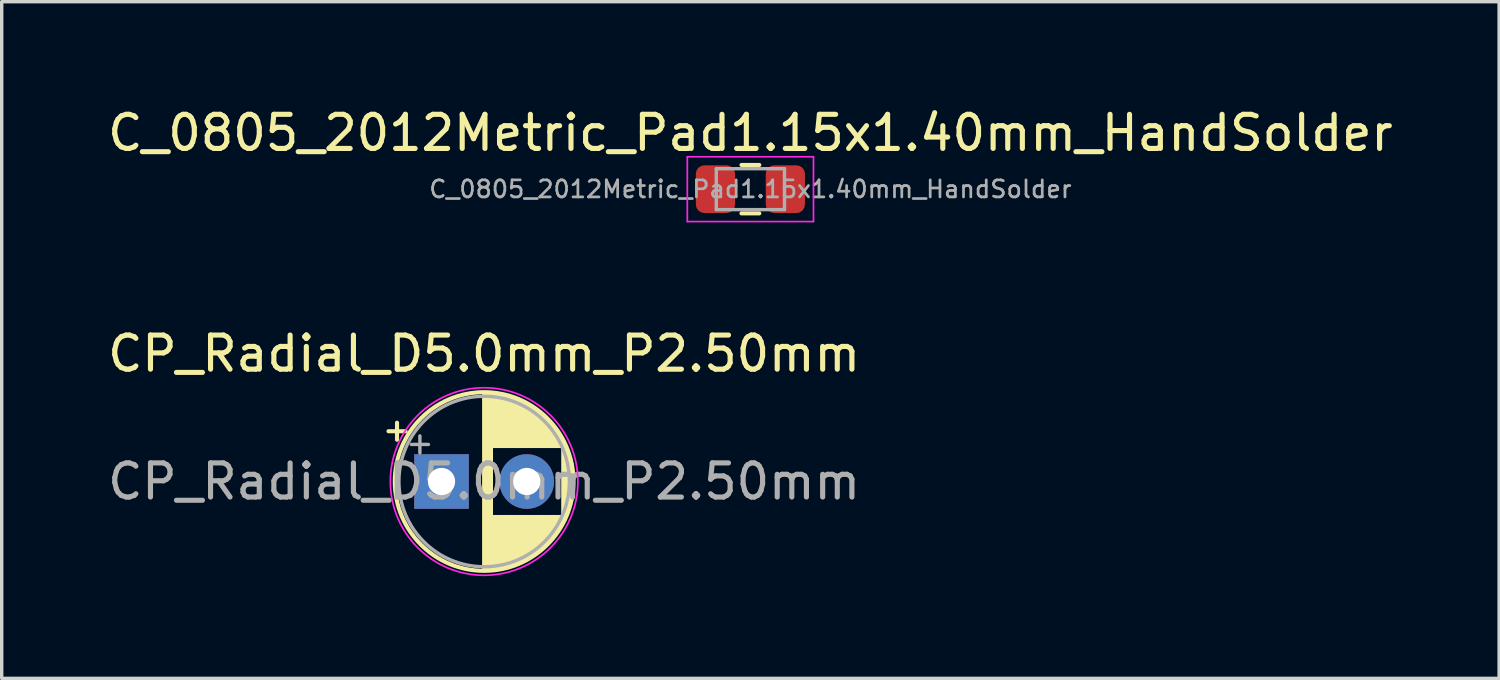
<source format=kicad_pcb>
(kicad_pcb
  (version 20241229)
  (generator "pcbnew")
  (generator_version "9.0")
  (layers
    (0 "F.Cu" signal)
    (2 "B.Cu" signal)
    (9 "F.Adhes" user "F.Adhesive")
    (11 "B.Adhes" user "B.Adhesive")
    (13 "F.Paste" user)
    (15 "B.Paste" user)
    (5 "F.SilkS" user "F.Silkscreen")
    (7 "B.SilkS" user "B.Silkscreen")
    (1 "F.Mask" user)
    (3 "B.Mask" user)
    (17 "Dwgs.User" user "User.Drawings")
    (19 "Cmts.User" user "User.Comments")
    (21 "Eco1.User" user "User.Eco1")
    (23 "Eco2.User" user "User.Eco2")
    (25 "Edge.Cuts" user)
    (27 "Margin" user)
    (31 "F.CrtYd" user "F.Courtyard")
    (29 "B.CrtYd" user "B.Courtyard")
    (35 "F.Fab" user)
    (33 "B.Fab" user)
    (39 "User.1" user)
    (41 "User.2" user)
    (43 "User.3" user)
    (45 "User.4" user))
  (footprint "C_0805_2012Metric_Pad1.15x1.40mm_HandSolder"
    (layer "F.Cu")
    (at 18.958 2.498)
    (property "Reference" "C_0805_2012Metric_Pad1.15x1.40mm_HandSolder" (at 0 -1.65 180) (layer "F.SilkS") (effects (font (size 1 1) (thickness 0.15))))
    (attr smd)
    (fp_line (start -0.261 -0.71) (end 0.261 -0.71) (stroke (width 0.12) (type solid)) (layer "F.SilkS"))
    (fp_line (start -0.261 0.71) (end 0.261 0.71) (stroke (width 0.12) (type solid)) (layer "F.SilkS"))
    (fp_line (start -1.85 -0.95) (end 1.85 -0.95) (stroke (width 0.05) (type solid)) (layer "F.CrtYd"))
    (fp_line (start -1.85 0.95) (end -1.85 -0.95) (stroke (width 0.05) (type solid)) (layer "F.CrtYd"))
    (fp_line (start 1.85 -0.95) (end 1.85 0.95) (stroke (width 0.05) (type solid)) (layer "F.CrtYd"))
    (fp_line (start 1.85 0.95) (end -1.85 0.95) (stroke (width 0.05) (type solid)) (layer "F.CrtYd"))
    (fp_line (start -1 -0.6) (end 1 -0.6) (stroke (width 0.1) (type solid)) (layer "F.Fab"))
    (fp_line (start -1 0.6) (end -1 -0.6) (stroke (width 0.1) (type solid)) (layer "F.Fab"))
    (fp_line (start 1 -0.6) (end 1 0.6) (stroke (width 0.1) (type solid)) (layer "F.Fab"))
    (fp_line (start 1 0.6) (end -1 0.6) (stroke (width 0.1) (type solid)) (layer "F.Fab"))
    (fp_text user "${REFERENCE}" (at 0 0 180) (layer "F.Fab") (effects (font (size 0.5 0.5) (thickness 0.08))))
    (pad "1" smd roundrect (at -1.025 0) (size 1.15 1.4) (layers "F.Cu" "F.Mask" "F.Paste") (roundrect_rratio 0.217))
    (pad "2" smd roundrect (at 1.025 0) (size 1.15 1.4) (layers "F.Cu" "F.Mask" "F.Paste") (roundrect_rratio 0.217)))
  (footprint "CP_Radial_D5.0mm_P2.50mm"
    (layer "F.Cu")
    (at 9.899 11.072)
    (property "Reference" "CP_Radial_D5.0mm_P2.50mm" (at 1.25 -3.75 180) (layer "F.SilkS") (effects (font (size 1 1) (thickness 0.15))))
    (attr through_hole)
    (fp_line (start -1.555 -1.475) (end -1.055 -1.475) (stroke (width 0.12) (type solid)) (layer "F.SilkS"))
    (fp_line (start -1.305 -1.725) (end -1.305 -1.225) (stroke (width 0.12) (type solid)) (layer "F.SilkS"))
    (fp_line (start 1.25 -2.58) (end 1.25 2.58) (stroke (width 0.12) (type solid)) (layer "F.SilkS"))
    (fp_line (start 1.29 -2.58) (end 1.29 2.58) (stroke (width 0.12) (type solid)) (layer "F.SilkS"))
    (fp_line (start 1.33 -2.579) (end 1.33 2.579) (stroke (width 0.12) (type solid)) (layer "F.SilkS"))
    (fp_line (start 1.37 -2.578) (end 1.37 2.578) (stroke (width 0.12) (type solid)) (layer "F.SilkS"))
    (fp_line (start 1.41 -2.576) (end 1.41 2.576) (stroke (width 0.12) (type solid)) (layer "F.SilkS"))
    (fp_line (start 1.45 -2.573) (end 1.45 2.573) (stroke (width 0.12) (type solid)) (layer "F.SilkS"))
    (fp_line (start 1.49 -2.569) (end 1.49 -1.04) (stroke (width 0.12) (type solid)) (layer "F.SilkS"))
    (fp_line (start 1.49 1.04) (end 1.49 2.569) (stroke (width 0.12) (type solid)) (layer "F.SilkS"))
    (fp_line (start 1.53 -2.565) (end 1.53 -1.04) (stroke (width 0.12) (type solid)) (layer "F.SilkS"))
    (fp_line (start 1.53 1.04) (end 1.53 2.565) (stroke (width 0.12) (type solid)) (layer "F.SilkS"))
    (fp_line (start 1.57 -2.561) (end 1.57 -1.04) (stroke (width 0.12) (type solid)) (layer "F.SilkS"))
    (fp_line (start 1.57 1.04) (end 1.57 2.561) (stroke (width 0.12) (type solid)) (layer "F.SilkS"))
    (fp_line (start 1.61 -2.556) (end 1.61 -1.04) (stroke (width 0.12) (type solid)) (layer "F.SilkS"))
    (fp_line (start 1.61 1.04) (end 1.61 2.556) (stroke (width 0.12) (type solid)) (layer "F.SilkS"))
    (fp_line (start 1.65 -2.55) (end 1.65 -1.04) (stroke (width 0.12) (type solid)) (layer "F.SilkS"))
    (fp_line (start 1.65 1.04) (end 1.65 2.55) (stroke (width 0.12) (type solid)) (layer "F.SilkS"))
    (fp_line (start 1.69 -2.543) (end 1.69 -1.04) (stroke (width 0.12) (type solid)) (layer "F.SilkS"))
    (fp_line (start 1.69 1.04) (end 1.69 2.543) (stroke (width 0.12) (type solid)) (layer "F.SilkS"))
    (fp_line (start 1.73 -2.536) (end 1.73 -1.04) (stroke (width 0.12) (type solid)) (layer "F.SilkS"))
    (fp_line (start 1.73 1.04) (end 1.73 2.536) (stroke (width 0.12) (type solid)) (layer "F.SilkS"))
    (fp_line (start 1.77 -2.528) (end 1.77 -1.04) (stroke (width 0.12) (type solid)) (layer "F.SilkS"))
    (fp_line (start 1.77 1.04) (end 1.77 2.528) (stroke (width 0.12) (type solid)) (layer "F.SilkS"))
    (fp_line (start 1.81 -2.52) (end 1.81 -1.04) (stroke (width 0.12) (type solid)) (layer "F.SilkS"))
    (fp_line (start 1.81 1.04) (end 1.81 2.52) (stroke (width 0.12) (type solid)) (layer "F.SilkS"))
    (fp_line (start 1.85 -2.511) (end 1.85 -1.04) (stroke (width 0.12) (type solid)) (layer "F.SilkS"))
    (fp_line (start 1.85 1.04) (end 1.85 2.511) (stroke (width 0.12) (type solid)) (layer "F.SilkS"))
    (fp_line (start 1.89 -2.501) (end 1.89 -1.04) (stroke (width 0.12) (type solid)) (layer "F.SilkS"))
    (fp_line (start 1.89 1.04) (end 1.89 2.501) (stroke (width 0.12) (type solid)) (layer "F.SilkS"))
    (fp_line (start 1.93 -2.491) (end 1.93 -1.04) (stroke (width 0.12) (type solid)) (layer "F.SilkS"))
    (fp_line (start 1.93 1.04) (end 1.93 2.491) (stroke (width 0.12) (type solid)) (layer "F.SilkS"))
    (fp_line (start 1.971 -2.48) (end 1.971 -1.04) (stroke (width 0.12) (type solid)) (layer "F.SilkS"))
    (fp_line (start 1.971 1.04) (end 1.971 2.48) (stroke (width 0.12) (type solid)) (layer "F.SilkS"))
    (fp_line (start 2.011 -2.468) (end 2.011 -1.04) (stroke (width 0.12) (type solid)) (layer "F.SilkS"))
    (fp_line (start 2.011 1.04) (end 2.011 2.468) (stroke (width 0.12) (type solid)) (layer "F.SilkS"))
    (fp_line (start 2.051 -2.455) (end 2.051 -1.04) (stroke (width 0.12) (type solid)) (layer "F.SilkS"))
    (fp_line (start 2.051 1.04) (end 2.051 2.455) (stroke (width 0.12) (type solid)) (layer "F.SilkS"))
    (fp_line (start 2.091 -2.442) (end 2.091 -1.04) (stroke (width 0.12) (type solid)) (layer "F.SilkS"))
    (fp_line (start 2.091 1.04) (end 2.091 2.442) (stroke (width 0.12) (type solid)) (layer "F.SilkS"))
    (fp_line (start 2.131 -2.428) (end 2.131 -1.04) (stroke (width 0.12) (type solid)) (layer "F.SilkS"))
    (fp_line (start 2.131 1.04) (end 2.131 2.428) (stroke (width 0.12) (type solid)) (layer "F.SilkS"))
    (fp_line (start 2.171 -2.414) (end 2.171 -1.04) (stroke (width 0.12) (type solid)) (layer "F.SilkS"))
    (fp_line (start 2.171 1.04) (end 2.171 2.414) (stroke (width 0.12) (type solid)) (layer "F.SilkS"))
    (fp_line (start 2.211 -2.398) (end 2.211 -1.04) (stroke (width 0.12) (type solid)) (layer "F.SilkS"))
    (fp_line (start 2.211 1.04) (end 2.211 2.398) (stroke (width 0.12) (type solid)) (layer "F.SilkS"))
    (fp_line (start 2.251 -2.382) (end 2.251 -1.04) (stroke (width 0.12) (type solid)) (layer "F.SilkS"))
    (fp_line (start 2.251 1.04) (end 2.251 2.382) (stroke (width 0.12) (type solid)) (layer "F.SilkS"))
    (fp_line (start 2.291 -2.365) (end 2.291 -1.04) (stroke (width 0.12) (type solid)) (layer "F.SilkS"))
    (fp_line (start 2.291 1.04) (end 2.291 2.365) (stroke (width 0.12) (type solid)) (layer "F.SilkS"))
    (fp_line (start 2.331 -2.348) (end 2.331 -1.04) (stroke (width 0.12) (type solid)) (layer "F.SilkS"))
    (fp_line (start 2.331 1.04) (end 2.331 2.348) (stroke (width 0.12) (type solid)) (layer "F.SilkS"))
    (fp_line (start 2.371 -2.329) (end 2.371 -1.04) (stroke (width 0.12) (type solid)) (layer "F.SilkS"))
    (fp_line (start 2.371 1.04) (end 2.371 2.329) (stroke (width 0.12) (type solid)) (layer "F.SilkS"))
    (fp_line (start 2.411 -2.31) (end 2.411 -1.04) (stroke (width 0.12) (type solid)) (layer "F.SilkS"))
    (fp_line (start 2.411 1.04) (end 2.411 2.31) (stroke (width 0.12) (type solid)) (layer "F.SilkS"))
    (fp_line (start 2.451 -2.29) (end 2.451 -1.04) (stroke (width 0.12) (type solid)) (layer "F.SilkS"))
    (fp_line (start 2.451 1.04) (end 2.451 2.29) (stroke (width 0.12) (type solid)) (layer "F.SilkS"))
    (fp_line (start 2.491 -2.268) (end 2.491 -1.04) (stroke (width 0.12) (type solid)) (layer "F.SilkS"))
    (fp_line (start 2.491 1.04) (end 2.491 2.268) (stroke (width 0.12) (type solid)) (layer "F.SilkS"))
    (fp_line (start 2.531 -2.247) (end 2.531 -1.04) (stroke (width 0.12) (type solid)) (layer "F.SilkS"))
    (fp_line (start 2.531 1.04) (end 2.531 2.247) (stroke (width 0.12) (type solid)) (layer "F.SilkS"))
    (fp_line (start 2.571 -2.224) (end 2.571 -1.04) (stroke (width 0.12) (type solid)) (layer "F.SilkS"))
    (fp_line (start 2.571 1.04) (end 2.571 2.224) (stroke (width 0.12) (type solid)) (layer "F.SilkS"))
    (fp_line (start 2.611 -2.2) (end 2.611 -1.04) (stroke (width 0.12) (type solid)) (layer "F.SilkS"))
    (fp_line (start 2.611 1.04) (end 2.611 2.2) (stroke (width 0.12) (type solid)) (layer "F.SilkS"))
    (fp_line (start 2.651 -2.175) (end 2.651 -1.04) (stroke (width 0.12) (type solid)) (layer "F.SilkS"))
    (fp_line (start 2.651 1.04) (end 2.651 2.175) (stroke (width 0.12) (type solid)) (layer "F.SilkS"))
    (fp_line (start 2.691 -2.149) (end 2.691 -1.04) (stroke (width 0.12) (type solid)) (layer "F.SilkS"))
    (fp_line (start 2.691 1.04) (end 2.691 2.149) (stroke (width 0.12) (type solid)) (layer "F.SilkS"))
    (fp_line (start 2.731 -2.122) (end 2.731 -1.04) (stroke (width 0.12) (type solid)) (layer "F.SilkS"))
    (fp_line (start 2.731 1.04) (end 2.731 2.122) (stroke (width 0.12) (type solid)) (layer "F.SilkS"))
    (fp_line (start 2.771 -2.095) (end 2.771 -1.04) (stroke (width 0.12) (type solid)) (layer "F.SilkS"))
    (fp_line (start 2.771 1.04) (end 2.771 2.095) (stroke (width 0.12) (type solid)) (layer "F.SilkS"))
    (fp_line (start 2.811 -2.065) (end 2.811 -1.04) (stroke (width 0.12) (type solid)) (layer "F.SilkS"))
    (fp_line (start 2.811 1.04) (end 2.811 2.065) (stroke (width 0.12) (type solid)) (layer "F.SilkS"))
    (fp_line (start 2.851 -2.035) (end 2.851 -1.04) (stroke (width 0.12) (type solid)) (layer "F.SilkS"))
    (fp_line (start 2.851 1.04) (end 2.851 2.035) (stroke (width 0.12) (type solid)) (layer "F.SilkS"))
    (fp_line (start 2.891 -2.004) (end 2.891 -1.04) (stroke (width 0.12) (type solid)) (layer "F.SilkS"))
    (fp_line (start 2.891 1.04) (end 2.891 2.004) (stroke (width 0.12) (type solid)) (layer "F.SilkS"))
    (fp_line (start 2.931 -1.971) (end 2.931 -1.04) (stroke (width 0.12) (type solid)) (layer "F.SilkS"))
    (fp_line (start 2.931 1.04) (end 2.931 1.971) (stroke (width 0.12) (type solid)) (layer "F.SilkS"))
    (fp_line (start 2.971 -1.937) (end 2.971 -1.04) (stroke (width 0.12) (type solid)) (layer "F.SilkS"))
    (fp_line (start 2.971 1.04) (end 2.971 1.937) (stroke (width 0.12) (type solid)) (layer "F.SilkS"))
    (fp_line (start 3.011 -1.901) (end 3.011 -1.04) (stroke (width 0.12) (type solid)) (layer "F.SilkS"))
    (fp_line (start 3.011 1.04) (end 3.011 1.901) (stroke (width 0.12) (type solid)) (layer "F.SilkS"))
    (fp_line (start 3.051 -1.864) (end 3.051 -1.04) (stroke (width 0.12) (type solid)) (layer "F.SilkS"))
    (fp_line (start 3.051 1.04) (end 3.051 1.864) (stroke (width 0.12) (type solid)) (layer "F.SilkS"))
    (fp_line (start 3.091 -1.826) (end 3.091 -1.04) (stroke (width 0.12) (type solid)) (layer "F.SilkS"))
    (fp_line (start 3.091 1.04) (end 3.091 1.826) (stroke (width 0.12) (type solid)) (layer "F.SilkS"))
    (fp_line (start 3.131 -1.785) (end 3.131 -1.04) (stroke (width 0.12) (type solid)) (layer "F.SilkS"))
    (fp_line (start 3.131 1.04) (end 3.131 1.785) (stroke (width 0.12) (type solid)) (layer "F.SilkS"))
    (fp_line (start 3.171 -1.743) (end 3.171 -1.04) (stroke (width 0.12) (type solid)) (layer "F.SilkS"))
    (fp_line (start 3.171 1.04) (end 3.171 1.743) (stroke (width 0.12) (type solid)) (layer "F.SilkS"))
    (fp_line (start 3.211 -1.699) (end 3.211 -1.04) (stroke (width 0.12) (type solid)) (layer "F.SilkS"))
    (fp_line (start 3.211 1.04) (end 3.211 1.699) (stroke (width 0.12) (type solid)) (layer "F.SilkS"))
    (fp_line (start 3.251 -1.653) (end 3.251 -1.04) (stroke (width 0.12) (type solid)) (layer "F.SilkS"))
    (fp_line (start 3.251 1.04) (end 3.251 1.653) (stroke (width 0.12) (type solid)) (layer "F.SilkS"))
    (fp_line (start 3.291 -1.605) (end 3.291 -1.04) (stroke (width 0.12) (type solid)) (layer "F.SilkS"))
    (fp_line (start 3.291 1.04) (end 3.291 1.605) (stroke (width 0.12) (type solid)) (layer "F.SilkS"))
    (fp_line (start 3.331 -1.554) (end 3.331 -1.04) (stroke (width 0.12) (type solid)) (layer "F.SilkS"))
    (fp_line (start 3.331 1.04) (end 3.331 1.554) (stroke (width 0.12) (type solid)) (layer "F.SilkS"))
    (fp_line (start 3.371 -1.5) (end 3.371 -1.04) (stroke (width 0.12) (type solid)) (layer "F.SilkS"))
    (fp_line (start 3.371 1.04) (end 3.371 1.5) (stroke (width 0.12) (type solid)) (layer "F.SilkS"))
    (fp_line (start 3.411 -1.443) (end 3.411 -1.04) (stroke (width 0.12) (type solid)) (layer "F.SilkS"))
    (fp_line (start 3.411 1.04) (end 3.411 1.443) (stroke (width 0.12) (type solid)) (layer "F.SilkS"))
    (fp_line (start 3.451 -1.383) (end 3.451 -1.04) (stroke (width 0.12) (type solid)) (layer "F.SilkS"))
    (fp_line (start 3.451 1.04) (end 3.451 1.383) (stroke (width 0.12) (type solid)) (layer "F.SilkS"))
    (fp_line (start 3.491 -1.319) (end 3.491 -1.04) (stroke (width 0.12) (type solid)) (layer "F.SilkS"))
    (fp_line (start 3.491 1.04) (end 3.491 1.319) (stroke (width 0.12) (type solid)) (layer "F.SilkS"))
    (fp_line (start 3.531 -1.251) (end 3.531 -1.04) (stroke (width 0.12) (type solid)) (layer "F.SilkS"))
    (fp_line (start 3.531 1.04) (end 3.531 1.251) (stroke (width 0.12) (type solid)) (layer "F.SilkS"))
    (fp_line (start 3.571 -1.178) (end 3.571 1.178) (stroke (width 0.12) (type solid)) (layer "F.SilkS"))
    (fp_line (start 3.611 -1.098) (end 3.611 1.098) (stroke (width 0.12) (type solid)) (layer "F.SilkS"))
    (fp_line (start 3.651 -1.011) (end 3.651 1.011) (stroke (width 0.12) (type solid)) (layer "F.SilkS"))
    (fp_line (start 3.691 -0.915) (end 3.691 0.915) (stroke (width 0.12) (type solid)) (layer "F.SilkS"))
    (fp_line (start 3.731 -0.805) (end 3.731 0.805) (stroke (width 0.12) (type solid)) (layer "F.SilkS"))
    (fp_line (start 3.771 -0.677) (end 3.771 0.677) (stroke (width 0.12) (type solid)) (layer "F.SilkS"))
    (fp_line (start 3.811 -0.518) (end 3.811 0.518) (stroke (width 0.12) (type solid)) (layer "F.SilkS"))
    (fp_line (start 3.851 -0.284) (end 3.851 0.284) (stroke (width 0.12) (type solid)) (layer "F.SilkS"))
    (fp_circle (center 1.25 0) (end 3.87 0) (stroke (width 0.12) (type solid)) (fill no) (layer "F.SilkS"))
    (fp_circle (center 1.25 0) (end 4 0) (stroke (width 0.05) (type solid)) (fill no) (layer "F.CrtYd"))
    (fp_line (start -0.884 -1.087) (end -0.384 -1.087) (stroke (width 0.1) (type solid)) (layer "F.Fab"))
    (fp_line (start -0.634 -1.337) (end -0.634 -0.838) (stroke (width 0.1) (type solid)) (layer "F.Fab"))
    (fp_circle (center 1.25 0) (end 3.75 0) (stroke (width 0.1) (type solid)) (fill no) (layer "F.Fab"))
    (fp_text user "${REFERENCE}" (at 1.25 0 180) (layer "F.Fab") (effects (font (size 1 1) (thickness 0.15))))
    (pad "1" thru_hole rect (at 0 0) (size 1.6 1.6) (drill 0.8) (layers "*.Cu" "*.Mask"))
    (pad "2" thru_hole circle (at 2.5 0) (size 1.6 1.6) (drill 0.8) (layers "*.Cu" "*.Mask")))
  (gr_rect
    (start -3 -3)
    (end 40.917 16.846)
    (stroke (width 0.1) (type default))
    (fill no)
    (layer "Edge.Cuts")))
</source>
